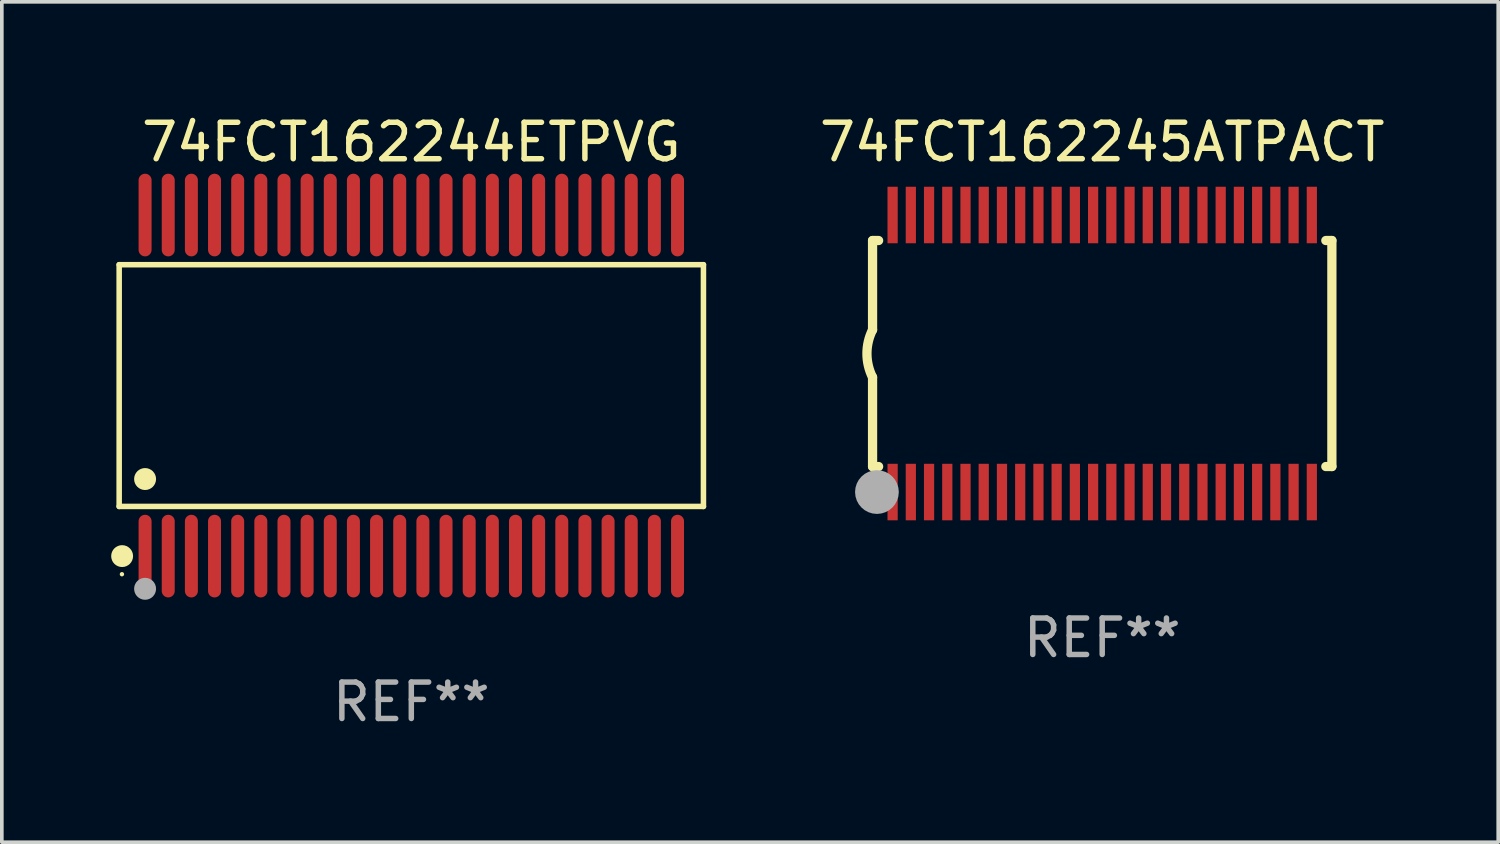
<source format=kicad_pcb>
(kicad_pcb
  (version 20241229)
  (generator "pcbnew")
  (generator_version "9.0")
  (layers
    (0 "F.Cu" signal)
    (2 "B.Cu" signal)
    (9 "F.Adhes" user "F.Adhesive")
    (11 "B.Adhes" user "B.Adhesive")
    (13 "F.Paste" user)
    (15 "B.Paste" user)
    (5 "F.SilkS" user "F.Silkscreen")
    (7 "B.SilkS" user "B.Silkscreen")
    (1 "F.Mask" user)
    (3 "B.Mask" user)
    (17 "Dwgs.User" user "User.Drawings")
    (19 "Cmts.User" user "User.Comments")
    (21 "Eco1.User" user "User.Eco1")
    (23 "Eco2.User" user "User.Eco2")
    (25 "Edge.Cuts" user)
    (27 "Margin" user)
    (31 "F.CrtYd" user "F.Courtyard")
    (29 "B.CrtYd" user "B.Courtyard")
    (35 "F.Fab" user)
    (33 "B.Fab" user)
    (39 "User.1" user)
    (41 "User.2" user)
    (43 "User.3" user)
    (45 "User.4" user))
  (footprint "74FCT162244ETPVG"
    (layer "F.Cu")
    (at 8.233 7.527)
    (property "Reference" "74FCT162244ETPVG" (at 0 -6.678 0) (layer "F.SilkS") (effects (font (size 1 1) (thickness 0.15))))
    (attr through_hole)
    (fp_line (start -8.014 -3.316) (end 8.014 -3.316) (stroke (width 0.152) (type solid)) (layer "F.SilkS"))
    (fp_line (start -8.014 3.316) (end -8.014 -3.316) (stroke (width 0.152) (type solid)) (layer "F.SilkS"))
    (fp_line (start 8.014 -3.316) (end 8.014 3.316) (stroke (width 0.152) (type solid)) (layer "F.SilkS"))
    (fp_line (start 8.014 3.316) (end -8.014 3.316) (stroke (width 0.152) (type solid)) (layer "F.SilkS"))
    (fp_circle (center -7.938 5.175) (end -7.908 5.175) (stroke (width 0.06) (type solid)) (fill no) (layer "F.SilkS"))
    (fp_circle (center -7.933 4.678) (end -7.783 4.678) (stroke (width 0.3) (type solid)) (fill no) (layer "F.SilkS"))
    (fp_circle (center -7.303 2.564) (end -7.152 2.564) (stroke (width 0.3) (type solid)) (fill no) (layer "F.SilkS"))
    (fp_circle (center -7.303 5.575) (end -7.152 5.575) (stroke (width 0.3) (type solid)) (fill no) (layer "F.Fab"))
    (fp_text user "REF**" (at 0 8.678 0) (layer "F.Fab") (effects (font (size 1 1) (thickness 0.15))))
    (pad "1" smd oval (at -7.303 4.678) (size 0.356 2.267) (layers "F.Cu" "F.Mask" "F.Paste"))
    (pad "2" smd oval (at -6.668 4.678) (size 0.356 2.267) (layers "F.Cu" "F.Mask" "F.Paste"))
    (pad "3" smd oval (at -6.033 4.678) (size 0.356 2.267) (layers "F.Cu" "F.Mask" "F.Paste"))
    (pad "4" smd oval (at -5.398 4.678) (size 0.356 2.267) (layers "F.Cu" "F.Mask" "F.Paste"))
    (pad "5" smd oval (at -4.763 4.678) (size 0.356 2.267) (layers "F.Cu" "F.Mask" "F.Paste"))
    (pad "6" smd oval (at -4.128 4.678) (size 0.356 2.267) (layers "F.Cu" "F.Mask" "F.Paste"))
    (pad "7" smd oval (at -3.493 4.678) (size 0.356 2.267) (layers "F.Cu" "F.Mask" "F.Paste"))
    (pad "8" smd oval (at -2.858 4.678) (size 0.356 2.267) (layers "F.Cu" "F.Mask" "F.Paste"))
    (pad "9" smd oval (at -2.223 4.678) (size 0.356 2.267) (layers "F.Cu" "F.Mask" "F.Paste"))
    (pad "10" smd oval (at -1.588 4.678) (size 0.356 2.267) (layers "F.Cu" "F.Mask" "F.Paste"))
    (pad "11" smd oval (at -0.953 4.678) (size 0.356 2.267) (layers "F.Cu" "F.Mask" "F.Paste"))
    (pad "12" smd oval (at -0.318 4.678) (size 0.356 2.267) (layers "F.Cu" "F.Mask" "F.Paste"))
    (pad "13" smd oval (at 0.318 4.678) (size 0.356 2.267) (layers "F.Cu" "F.Mask" "F.Paste"))
    (pad "14" smd oval (at 0.953 4.678) (size 0.356 2.267) (layers "F.Cu" "F.Mask" "F.Paste"))
    (pad "15" smd oval (at 1.588 4.678) (size 0.356 2.267) (layers "F.Cu" "F.Mask" "F.Paste"))
    (pad "16" smd oval (at 2.223 4.678) (size 0.356 2.267) (layers "F.Cu" "F.Mask" "F.Paste"))
    (pad "17" smd oval (at 2.858 4.678) (size 0.356 2.267) (layers "F.Cu" "F.Mask" "F.Paste"))
    (pad "18" smd oval (at 3.493 4.678) (size 0.356 2.267) (layers "F.Cu" "F.Mask" "F.Paste"))
    (pad "19" smd oval (at 4.128 4.678) (size 0.356 2.267) (layers "F.Cu" "F.Mask" "F.Paste"))
    (pad "20" smd oval (at 4.763 4.678) (size 0.356 2.267) (layers "F.Cu" "F.Mask" "F.Paste"))
    (pad "21" smd oval (at 5.398 4.678) (size 0.356 2.267) (layers "F.Cu" "F.Mask" "F.Paste"))
    (pad "22" smd oval (at 6.033 4.678) (size 0.356 2.267) (layers "F.Cu" "F.Mask" "F.Paste"))
    (pad "23" smd oval (at 6.668 4.678) (size 0.356 2.267) (layers "F.Cu" "F.Mask" "F.Paste"))
    (pad "24" smd oval (at 7.303 4.678) (size 0.356 2.267) (layers "F.Cu" "F.Mask" "F.Paste"))
    (pad "25" smd oval (at 7.303 -4.678) (size 0.356 2.267) (layers "F.Cu" "F.Mask" "F.Paste"))
    (pad "26" smd oval (at 6.668 -4.678) (size 0.356 2.267) (layers "F.Cu" "F.Mask" "F.Paste"))
    (pad "27" smd oval (at 6.033 -4.678) (size 0.356 2.267) (layers "F.Cu" "F.Mask" "F.Paste"))
    (pad "28" smd oval (at 5.398 -4.678) (size 0.356 2.267) (layers "F.Cu" "F.Mask" "F.Paste"))
    (pad "29" smd oval (at 4.763 -4.678) (size 0.356 2.267) (layers "F.Cu" "F.Mask" "F.Paste"))
    (pad "30" smd oval (at 4.128 -4.678) (size 0.356 2.267) (layers "F.Cu" "F.Mask" "F.Paste"))
    (pad "31" smd oval (at 3.493 -4.678) (size 0.356 2.267) (layers "F.Cu" "F.Mask" "F.Paste"))
    (pad "32" smd oval (at 2.858 -4.678) (size 0.356 2.267) (layers "F.Cu" "F.Mask" "F.Paste"))
    (pad "33" smd oval (at 2.223 -4.678) (size 0.356 2.267) (layers "F.Cu" "F.Mask" "F.Paste"))
    (pad "34" smd oval (at 1.588 -4.678) (size 0.356 2.267) (layers "F.Cu" "F.Mask" "F.Paste"))
    (pad "35" smd oval (at 0.953 -4.678) (size 0.356 2.267) (layers "F.Cu" "F.Mask" "F.Paste"))
    (pad "36" smd oval (at 0.318 -4.678) (size 0.356 2.267) (layers "F.Cu" "F.Mask" "F.Paste"))
    (pad "37" smd oval (at -0.318 -4.678) (size 0.356 2.267) (layers "F.Cu" "F.Mask" "F.Paste"))
    (pad "38" smd oval (at -0.953 -4.678) (size 0.356 2.267) (layers "F.Cu" "F.Mask" "F.Paste"))
    (pad "39" smd oval (at -1.588 -4.678) (size 0.356 2.267) (layers "F.Cu" "F.Mask" "F.Paste"))
    (pad "40" smd oval (at -2.223 -4.678) (size 0.356 2.267) (layers "F.Cu" "F.Mask" "F.Paste"))
    (pad "41" smd oval (at -2.858 -4.678) (size 0.356 2.267) (layers "F.Cu" "F.Mask" "F.Paste"))
    (pad "42" smd oval (at -3.493 -4.678) (size 0.356 2.267) (layers "F.Cu" "F.Mask" "F.Paste"))
    (pad "43" smd oval (at -4.128 -4.678) (size 0.356 2.267) (layers "F.Cu" "F.Mask" "F.Paste"))
    (pad "44" smd oval (at -4.763 -4.678) (size 0.356 2.267) (layers "F.Cu" "F.Mask" "F.Paste"))
    (pad "45" smd oval (at -5.398 -4.678) (size 0.356 2.267) (layers "F.Cu" "F.Mask" "F.Paste"))
    (pad "46" smd oval (at -6.033 -4.678) (size 0.356 2.267) (layers "F.Cu" "F.Mask" "F.Paste"))
    (pad "47" smd oval (at -6.668 -4.678) (size 0.356 2.267) (layers "F.Cu" "F.Mask" "F.Paste"))
    (pad "48" smd oval (at -7.303 -4.678) (size 0.356 2.267) (layers "F.Cu" "F.Mask" "F.Paste")))
  (footprint "74FCT162245ATPACT"
    (layer "F.Cu")
    (at 27.186 6.648)
    (property "Reference" "74FCT162245ATPACT" (at 0 -5.8 0) (layer "F.SilkS") (effects (font (size 1 1) (thickness 0.15))))
    (attr through_hole)
    (fp_line (start -6.3 -3.1) (end -6.3 -0.65) (stroke (width 0.254) (type solid)) (layer "F.SilkS"))
    (fp_line (start -6.3 -3.1) (end -6.134 -3.1) (stroke (width 0.254) (type solid)) (layer "F.SilkS"))
    (fp_line (start -6.3 3.1) (end -6.3 0.65) (stroke (width 0.254) (type solid)) (layer "F.SilkS"))
    (fp_line (start -6.3 3.1) (end -6.134 3.1) (stroke (width 0.254) (type solid)) (layer "F.SilkS"))
    (fp_line (start 6.134 -3.1) (end 6.3 -3.1) (stroke (width 0.254) (type solid)) (layer "F.SilkS"))
    (fp_line (start 6.134 3.1) (end 6.3 3.1) (stroke (width 0.254) (type solid)) (layer "F.SilkS"))
    (fp_line (start 6.3 -3.1) (end 6.3 3.1) (stroke (width 0.254) (type solid)) (layer "F.SilkS"))
    (fp_arc (start -6.301016 0.650114) (mid -6.45413 -0.000082) (end -6.3 -0.650038) (stroke (width 0.254001) (type solid)) (layer "F.SilkS"))
    (fp_circle (center -6.35 3.81) (end -6.223 3.81) (stroke (width 0.254) (type solid)) (fill no) (layer "F.SilkS"))
    (fp_circle (center -6.25 4.05) (end -6.22 4.05) (stroke (width 0.06) (type solid)) (fill no) (layer "F.SilkS"))
    (fp_circle (center -6.18 3.8) (end -5.88 3.8) (stroke (width 0.6) (type solid)) (fill no) (layer "F.Fab"))
    (fp_text user "REF**" (at 0 7.8 0) (layer "F.Fab") (effects (font (size 1 1) (thickness 0.15))))
    (pad "1" smd rect (at -5.75 3.8) (size 0.28 1.55) (layers "F.Cu" "F.Mask" "F.Paste"))
    (pad "2" smd rect (at -5.25 3.8) (size 0.28 1.55) (layers "F.Cu" "F.Mask" "F.Paste"))
    (pad "3" smd rect (at -4.75 3.8) (size 0.28 1.55) (layers "F.Cu" "F.Mask" "F.Paste"))
    (pad "4" smd rect (at -4.25 3.8) (size 0.28 1.55) (layers "F.Cu" "F.Mask" "F.Paste"))
    (pad "5" smd rect (at -3.75 3.8) (size 0.28 1.55) (layers "F.Cu" "F.Mask" "F.Paste"))
    (pad "6" smd rect (at -3.25 3.8) (size 0.28 1.55) (layers "F.Cu" "F.Mask" "F.Paste"))
    (pad "7" smd rect (at -2.75 3.8) (size 0.28 1.55) (layers "F.Cu" "F.Mask" "F.Paste"))
    (pad "8" smd rect (at -2.25 3.8) (size 0.28 1.55) (layers "F.Cu" "F.Mask" "F.Paste"))
    (pad "9" smd rect (at -1.75 3.8) (size 0.28 1.55) (layers "F.Cu" "F.Mask" "F.Paste"))
    (pad "10" smd rect (at -1.25 3.8) (size 0.28 1.55) (layers "F.Cu" "F.Mask" "F.Paste"))
    (pad "11" smd rect (at -0.75 3.8) (size 0.28 1.55) (layers "F.Cu" "F.Mask" "F.Paste"))
    (pad "12" smd rect (at -0.25 3.8) (size 0.28 1.55) (layers "F.Cu" "F.Mask" "F.Paste"))
    (pad "13" smd rect (at 0.25 3.8) (size 0.28 1.55) (layers "F.Cu" "F.Mask" "F.Paste"))
    (pad "14" smd rect (at 0.75 3.8) (size 0.28 1.55) (layers "F.Cu" "F.Mask" "F.Paste"))
    (pad "15" smd rect (at 1.25 3.8) (size 0.28 1.55) (layers "F.Cu" "F.Mask" "F.Paste"))
    (pad "16" smd rect (at 1.75 3.8) (size 0.28 1.55) (layers "F.Cu" "F.Mask" "F.Paste"))
    (pad "17" smd rect (at 2.25 3.8) (size 0.28 1.55) (layers "F.Cu" "F.Mask" "F.Paste"))
    (pad "18" smd rect (at 2.75 3.8) (size 0.28 1.55) (layers "F.Cu" "F.Mask" "F.Paste"))
    (pad "19" smd rect (at 3.25 3.8) (size 0.28 1.55) (layers "F.Cu" "F.Mask" "F.Paste"))
    (pad "20" smd rect (at 3.75 3.8) (size 0.28 1.55) (layers "F.Cu" "F.Mask" "F.Paste"))
    (pad "21" smd rect (at 4.25 3.8) (size 0.28 1.55) (layers "F.Cu" "F.Mask" "F.Paste"))
    (pad "22" smd rect (at 4.75 3.8) (size 0.28 1.55) (layers "F.Cu" "F.Mask" "F.Paste"))
    (pad "23" smd rect (at 5.25 3.8) (size 0.28 1.55) (layers "F.Cu" "F.Mask" "F.Paste"))
    (pad "24" smd rect (at 5.75 3.8) (size 0.28 1.55) (layers "F.Cu" "F.Mask" "F.Paste"))
    (pad "25" smd rect (at 5.75 -3.8) (size 0.28 1.55) (layers "F.Cu" "F.Mask" "F.Paste"))
    (pad "26" smd rect (at 5.25 -3.8) (size 0.28 1.55) (layers "F.Cu" "F.Mask" "F.Paste"))
    (pad "27" smd rect (at 4.75 -3.8) (size 0.28 1.55) (layers "F.Cu" "F.Mask" "F.Paste"))
    (pad "28" smd rect (at 4.25 -3.8) (size 0.28 1.55) (layers "F.Cu" "F.Mask" "F.Paste"))
    (pad "29" smd rect (at 3.75 -3.8) (size 0.28 1.55) (layers "F.Cu" "F.Mask" "F.Paste"))
    (pad "30" smd rect (at 3.25 -3.8) (size 0.28 1.55) (layers "F.Cu" "F.Mask" "F.Paste"))
    (pad "31" smd rect (at 2.75 -3.8) (size 0.28 1.55) (layers "F.Cu" "F.Mask" "F.Paste"))
    (pad "32" smd rect (at 2.25 -3.8) (size 0.28 1.55) (layers "F.Cu" "F.Mask" "F.Paste"))
    (pad "33" smd rect (at 1.75 -3.8) (size 0.28 1.55) (layers "F.Cu" "F.Mask" "F.Paste"))
    (pad "34" smd rect (at 1.25 -3.8) (size 0.28 1.55) (layers "F.Cu" "F.Mask" "F.Paste"))
    (pad "35" smd rect (at 0.75 -3.8) (size 0.28 1.55) (layers "F.Cu" "F.Mask" "F.Paste"))
    (pad "36" smd rect (at 0.25 -3.8) (size 0.28 1.55) (layers "F.Cu" "F.Mask" "F.Paste"))
    (pad "37" smd rect (at -0.25 -3.8) (size 0.28 1.55) (layers "F.Cu" "F.Mask" "F.Paste"))
    (pad "38" smd rect (at -0.75 -3.8) (size 0.28 1.55) (layers "F.Cu" "F.Mask" "F.Paste"))
    (pad "39" smd rect (at -1.25 -3.8) (size 0.28 1.55) (layers "F.Cu" "F.Mask" "F.Paste"))
    (pad "40" smd rect (at -1.75 -3.8) (size 0.28 1.55) (layers "F.Cu" "F.Mask" "F.Paste"))
    (pad "41" smd rect (at -2.25 -3.8) (size 0.28 1.55) (layers "F.Cu" "F.Mask" "F.Paste"))
    (pad "42" smd rect (at -2.75 -3.8) (size 0.28 1.55) (layers "F.Cu" "F.Mask" "F.Paste"))
    (pad "43" smd rect (at -3.25 -3.8) (size 0.28 1.55) (layers "F.Cu" "F.Mask" "F.Paste"))
    (pad "44" smd rect (at -3.75 -3.8) (size 0.28 1.55) (layers "F.Cu" "F.Mask" "F.Paste"))
    (pad "45" smd rect (at -4.25 -3.8) (size 0.28 1.55) (layers "F.Cu" "F.Mask" "F.Paste"))
    (pad "46" smd rect (at -4.75 -3.8) (size 0.28 1.55) (layers "F.Cu" "F.Mask" "F.Paste"))
    (pad "47" smd rect (at -5.25 -3.8) (size 0.28 1.55) (layers "F.Cu" "F.Mask" "F.Paste"))
    (pad "48" smd rect (at -5.75 -3.8) (size 0.28 1.55) (layers "F.Cu" "F.Mask" "F.Paste")))
  (gr_rect
    (start -3 -3)
    (end 38.049 20.053)
    (stroke (width 0.1) (type default))
    (fill no)
    (layer "Edge.Cuts")))
</source>
